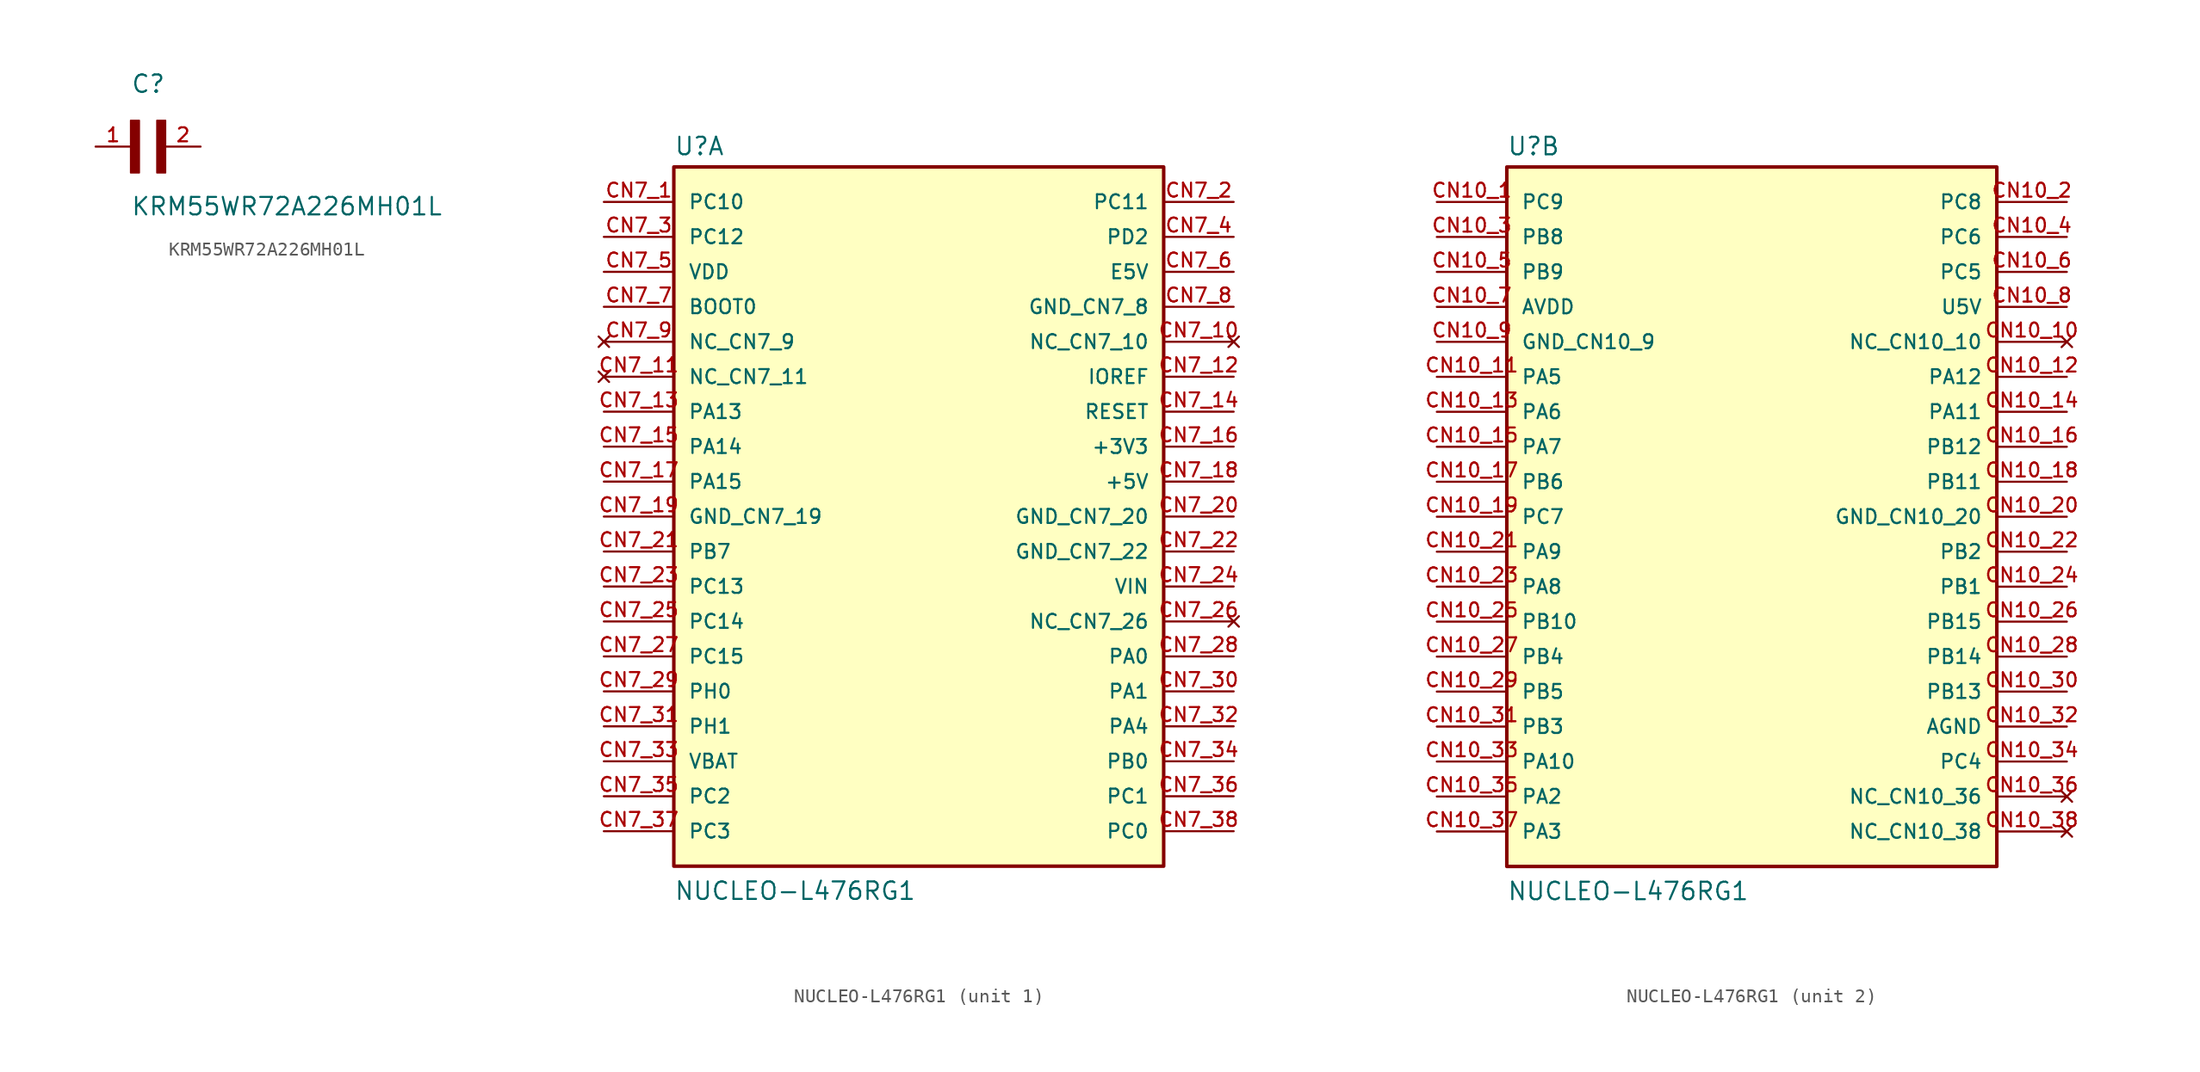
<source format=kicad_sym>
(kicad_symbol_lib
  (version 20241209)
  (generator "kicad_symbol_editor")
  (generator_version "9.0")
  (symbol "KRM55WR72A226MH01L"
    (pin_names
      (offset 1.016))
    (property "Reference" "C"
      (at 0 3.811 0)
      (effects (font (size 1.27 1.27)) (justify left bottom)))
    (property "Value" "KRM55WR72A226MH01L"
      (at 0 -5.088 0)
      (effects (font (size 1.27 1.27)) (justify left bottom)))
    (symbol "KRM55WR72A226MH01L_0_0"
      (rectangle (start 0 -1.907) (end 0.635 1.905) (stroke (width 0.1) (type default)) (fill (type outline)))
      (rectangle (start 1.907 -1.907) (end 2.54 1.905) (stroke (width 0.1) (type default)) (fill (type outline)))
      (pin passive line (at -2.54 0 0) (length 2.54) (name "~" (effects (font (size 1.016 1.016)))) (number "1" (effects (font (size 1.016 1.016)))))
      (pin passive line (at 5.08 0 180) (length 2.54) (name "~" (effects (font (size 1.016 1.016)))) (number "2" (effects (font (size 1.016 1.016)))))))
  (symbol "NUCLEO-L476RG1"
    (pin_names
      (offset 1.016))
    (property "Reference" "U"
      (at -17.78 26.162 0)
      (effects (font (size 1.27 1.27)) (justify left bottom)))
    (property "Value" "NUCLEO-L476RG1"
      (at -17.78 -27.94 0)
      (effects (font (size 1.27 1.27)) (justify left bottom)))
    (symbol "NUCLEO-L476RG1_1_0"
      (rectangle (start -17.78 -25.4) (end 17.78 25.4) (stroke (width 0.254) (type default)) (fill (type background)))
      (pin bidirectional line (at -22.86 22.86 0) (length 5.08) (name "PC10" (effects (font (size 1.016 1.016)))) (number "CN7_1" (effects (font (size 1.016 1.016)))))
      (pin bidirectional line (at -22.86 20.32 0) (length 5.08) (name "PC12" (effects (font (size 1.016 1.016)))) (number "CN7_3" (effects (font (size 1.016 1.016)))))
      (pin power_in line (at -22.86 17.78 0) (length 5.08) (name "VDD" (effects (font (size 1.016 1.016)))) (number "CN7_5" (effects (font (size 1.016 1.016)))))
      (pin input line (at -22.86 15.24 0) (length 5.08) (name "BOOT0" (effects (font (size 1.016 1.016)))) (number "CN7_7" (effects (font (size 1.016 1.016)))))
      (pin no_connect line (at -22.86 12.7 0) (length 5.08) (name "NC_CN7_9" (effects (font (size 1.016 1.016)))) (number "CN7_9" (effects (font (size 1.016 1.016)))))
      (pin no_connect line (at -22.86 10.16 0) (length 5.08) (name "NC_CN7_11" (effects (font (size 1.016 1.016)))) (number "CN7_11" (effects (font (size 1.016 1.016)))))
      (pin bidirectional line (at -22.86 7.62 0) (length 5.08) (name "PA13" (effects (font (size 1.016 1.016)))) (number "CN7_13" (effects (font (size 1.016 1.016)))))
      (pin bidirectional line (at -22.86 5.08 0) (length 5.08) (name "PA14" (effects (font (size 1.016 1.016)))) (number "CN7_15" (effects (font (size 1.016 1.016)))))
      (pin bidirectional line (at -22.86 2.54 0) (length 5.08) (name "PA15" (effects (font (size 1.016 1.016)))) (number "CN7_17" (effects (font (size 1.016 1.016)))))
      (pin power_in line (at -22.86 0 0) (length 5.08) (name "GND_CN7_19" (effects (font (size 1.016 1.016)))) (number "CN7_19" (effects (font (size 1.016 1.016)))))
      (pin bidirectional line (at -22.86 -2.54 0) (length 5.08) (name "PB7" (effects (font (size 1.016 1.016)))) (number "CN7_21" (effects (font (size 1.016 1.016)))))
      (pin bidirectional line (at -22.86 -5.08 0) (length 5.08) (name "PC13" (effects (font (size 1.016 1.016)))) (number "CN7_23" (effects (font (size 1.016 1.016)))))
      (pin bidirectional line (at -22.86 -7.62 0) (length 5.08) (name "PC14" (effects (font (size 1.016 1.016)))) (number "CN7_25" (effects (font (size 1.016 1.016)))))
      (pin bidirectional line (at -22.86 -10.16 0) (length 5.08) (name "PC15" (effects (font (size 1.016 1.016)))) (number "CN7_27" (effects (font (size 1.016 1.016)))))
      (pin bidirectional line (at -22.86 -12.7 0) (length 5.08) (name "PH0" (effects (font (size 1.016 1.016)))) (number "CN7_29" (effects (font (size 1.016 1.016)))))
      (pin bidirectional line (at -22.86 -15.24 0) (length 5.08) (name "PH1" (effects (font (size 1.016 1.016)))) (number "CN7_31" (effects (font (size 1.016 1.016)))))
      (pin power_in line (at -22.86 -17.78 0) (length 5.08) (name "VBAT" (effects (font (size 1.016 1.016)))) (number "CN7_33" (effects (font (size 1.016 1.016)))))
      (pin bidirectional line (at -22.86 -20.32 0) (length 5.08) (name "PC2" (effects (font (size 1.016 1.016)))) (number "CN7_35" (effects (font (size 1.016 1.016)))))
      (pin bidirectional line (at -22.86 -22.86 0) (length 5.08) (name "PC3" (effects (font (size 1.016 1.016)))) (number "CN7_37" (effects (font (size 1.016 1.016)))))
      (pin bidirectional line (at 22.86 22.86 180) (length 5.08) (name "PC11" (effects (font (size 1.016 1.016)))) (number "CN7_2" (effects (font (size 1.016 1.016)))))
      (pin bidirectional line (at 22.86 20.32 180) (length 5.08) (name "PD2" (effects (font (size 1.016 1.016)))) (number "CN7_4" (effects (font (size 1.016 1.016)))))
      (pin power_in line (at 22.86 17.78 180) (length 5.08) (name "E5V" (effects (font (size 1.016 1.016)))) (number "CN7_6" (effects (font (size 1.016 1.016)))))
      (pin power_in line (at 22.86 15.24 180) (length 5.08) (name "GND_CN7_8" (effects (font (size 1.016 1.016)))) (number "CN7_8" (effects (font (size 1.016 1.016)))))
      (pin no_connect line (at 22.86 12.7 180) (length 5.08) (name "NC_CN7_10" (effects (font (size 1.016 1.016)))) (number "CN7_10" (effects (font (size 1.016 1.016)))))
      (pin input line (at 22.86 10.16 180) (length 5.08) (name "IOREF" (effects (font (size 1.016 1.016)))) (number "CN7_12" (effects (font (size 1.016 1.016)))))
      (pin input line (at 22.86 7.62 180) (length 5.08) (name "RESET" (effects (font (size 1.016 1.016)))) (number "CN7_14" (effects (font (size 1.016 1.016)))))
      (pin power_in line (at 22.86 5.08 180) (length 5.08) (name "+3V3" (effects (font (size 1.016 1.016)))) (number "CN7_16" (effects (font (size 1.016 1.016)))))
      (pin power_in line (at 22.86 2.54 180) (length 5.08) (name "+5V" (effects (font (size 1.016 1.016)))) (number "CN7_18" (effects (font (size 1.016 1.016)))))
      (pin power_in line (at 22.86 0 180) (length 5.08) (name "GND_CN7_20" (effects (font (size 1.016 1.016)))) (number "CN7_20" (effects (font (size 1.016 1.016)))))
      (pin power_in line (at 22.86 -2.54 180) (length 5.08) (name "GND_CN7_22" (effects (font (size 1.016 1.016)))) (number "CN7_22" (effects (font (size 1.016 1.016)))))
      (pin power_in line (at 22.86 -5.08 180) (length 5.08) (name "VIN" (effects (font (size 1.016 1.016)))) (number "CN7_24" (effects (font (size 1.016 1.016)))))
      (pin no_connect line (at 22.86 -7.62 180) (length 5.08) (name "NC_CN7_26" (effects (font (size 1.016 1.016)))) (number "CN7_26" (effects (font (size 1.016 1.016)))))
      (pin bidirectional line (at 22.86 -10.16 180) (length 5.08) (name "PA0" (effects (font (size 1.016 1.016)))) (number "CN7_28" (effects (font (size 1.016 1.016)))))
      (pin bidirectional line (at 22.86 -12.7 180) (length 5.08) (name "PA1" (effects (font (size 1.016 1.016)))) (number "CN7_30" (effects (font (size 1.016 1.016)))))
      (pin bidirectional line (at 22.86 -15.24 180) (length 5.08) (name "PA4" (effects (font (size 1.016 1.016)))) (number "CN7_32" (effects (font (size 1.016 1.016)))))
      (pin bidirectional line (at 22.86 -17.78 180) (length 5.08) (name "PB0" (effects (font (size 1.016 1.016)))) (number "CN7_34" (effects (font (size 1.016 1.016)))))
      (pin bidirectional line (at 22.86 -20.32 180) (length 5.08) (name "PC1" (effects (font (size 1.016 1.016)))) (number "CN7_36" (effects (font (size 1.016 1.016)))))
      (pin bidirectional line (at 22.86 -22.86 180) (length 5.08) (name "PC0" (effects (font (size 1.016 1.016)))) (number "CN7_38" (effects (font (size 1.016 1.016))))))
    (symbol "NUCLEO-L476RG1_2_0"
      (rectangle (start -17.78 -25.4) (end 17.78 25.4) (stroke (width 0.254) (type default)) (fill (type background)))
      (pin bidirectional line (at -22.86 22.86 0) (length 5.08) (name "PC9" (effects (font (size 1.016 1.016)))) (number "CN10_1" (effects (font (size 1.016 1.016)))))
      (pin bidirectional line (at -22.86 20.32 0) (length 5.08) (name "PB8" (effects (font (size 1.016 1.016)))) (number "CN10_3" (effects (font (size 1.016 1.016)))))
      (pin bidirectional line (at -22.86 17.78 0) (length 5.08) (name "PB9" (effects (font (size 1.016 1.016)))) (number "CN10_5" (effects (font (size 1.016 1.016)))))
      (pin power_in line (at -22.86 15.24 0) (length 5.08) (name "AVDD" (effects (font (size 1.016 1.016)))) (number "CN10_7" (effects (font (size 1.016 1.016)))))
      (pin power_in line (at -22.86 12.7 0) (length 5.08) (name "GND_CN10_9" (effects (font (size 1.016 1.016)))) (number "CN10_9" (effects (font (size 1.016 1.016)))))
      (pin bidirectional line (at -22.86 10.16 0) (length 5.08) (name "PA5" (effects (font (size 1.016 1.016)))) (number "CN10_11" (effects (font (size 1.016 1.016)))))
      (pin bidirectional line (at -22.86 7.62 0) (length 5.08) (name "PA6" (effects (font (size 1.016 1.016)))) (number "CN10_13" (effects (font (size 1.016 1.016)))))
      (pin bidirectional line (at -22.86 5.08 0) (length 5.08) (name "PA7" (effects (font (size 1.016 1.016)))) (number "CN10_15" (effects (font (size 1.016 1.016)))))
      (pin bidirectional line (at -22.86 2.54 0) (length 5.08) (name "PB6" (effects (font (size 1.016 1.016)))) (number "CN10_17" (effects (font (size 1.016 1.016)))))
      (pin bidirectional line (at -22.86 0 0) (length 5.08) (name "PC7" (effects (font (size 1.016 1.016)))) (number "CN10_19" (effects (font (size 1.016 1.016)))))
      (pin bidirectional line (at -22.86 -2.54 0) (length 5.08) (name "PA9" (effects (font (size 1.016 1.016)))) (number "CN10_21" (effects (font (size 1.016 1.016)))))
      (pin bidirectional line (at -22.86 -5.08 0) (length 5.08) (name "PA8" (effects (font (size 1.016 1.016)))) (number "CN10_23" (effects (font (size 1.016 1.016)))))
      (pin bidirectional line (at -22.86 -7.62 0) (length 5.08) (name "PB10" (effects (font (size 1.016 1.016)))) (number "CN10_25" (effects (font (size 1.016 1.016)))))
      (pin bidirectional line (at -22.86 -10.16 0) (length 5.08) (name "PB4" (effects (font (size 1.016 1.016)))) (number "CN10_27" (effects (font (size 1.016 1.016)))))
      (pin bidirectional line (at -22.86 -12.7 0) (length 5.08) (name "PB5" (effects (font (size 1.016 1.016)))) (number "CN10_29" (effects (font (size 1.016 1.016)))))
      (pin bidirectional line (at -22.86 -15.24 0) (length 5.08) (name "PB3" (effects (font (size 1.016 1.016)))) (number "CN10_31" (effects (font (size 1.016 1.016)))))
      (pin bidirectional line (at -22.86 -17.78 0) (length 5.08) (name "PA10" (effects (font (size 1.016 1.016)))) (number "CN10_33" (effects (font (size 1.016 1.016)))))
      (pin bidirectional line (at -22.86 -20.32 0) (length 5.08) (name "PA2" (effects (font (size 1.016 1.016)))) (number "CN10_35" (effects (font (size 1.016 1.016)))))
      (pin bidirectional line (at -22.86 -22.86 0) (length 5.08) (name "PA3" (effects (font (size 1.016 1.016)))) (number "CN10_37" (effects (font (size 1.016 1.016)))))
      (pin bidirectional line (at 22.86 22.86 180) (length 5.08) (name "PC8" (effects (font (size 1.016 1.016)))) (number "CN10_2" (effects (font (size 1.016 1.016)))))
      (pin bidirectional line (at 22.86 20.32 180) (length 5.08) (name "PC6" (effects (font (size 1.016 1.016)))) (number "CN10_4" (effects (font (size 1.016 1.016)))))
      (pin bidirectional line (at 22.86 17.78 180) (length 5.08) (name "PC5" (effects (font (size 1.016 1.016)))) (number "CN10_6" (effects (font (size 1.016 1.016)))))
      (pin power_in line (at 22.86 15.24 180) (length 5.08) (name "U5V" (effects (font (size 1.016 1.016)))) (number "CN10_8" (effects (font (size 1.016 1.016)))))
      (pin no_connect line (at 22.86 12.7 180) (length 5.08) (name "NC_CN10_10" (effects (font (size 1.016 1.016)))) (number "CN10_10" (effects (font (size 1.016 1.016)))))
      (pin bidirectional line (at 22.86 10.16 180) (length 5.08) (name "PA12" (effects (font (size 1.016 1.016)))) (number "CN10_12" (effects (font (size 1.016 1.016)))))
      (pin bidirectional line (at 22.86 7.62 180) (length 5.08) (name "PA11" (effects (font (size 1.016 1.016)))) (number "CN10_14" (effects (font (size 1.016 1.016)))))
      (pin bidirectional line (at 22.86 5.08 180) (length 5.08) (name "PB12" (effects (font (size 1.016 1.016)))) (number "CN10_16" (effects (font (size 1.016 1.016)))))
      (pin bidirectional line (at 22.86 2.54 180) (length 5.08) (name "PB11" (effects (font (size 1.016 1.016)))) (number "CN10_18" (effects (font (size 1.016 1.016)))))
      (pin power_in line (at 22.86 0 180) (length 5.08) (name "GND_CN10_20" (effects (font (size 1.016 1.016)))) (number "CN10_20" (effects (font (size 1.016 1.016)))))
      (pin bidirectional line (at 22.86 -2.54 180) (length 5.08) (name "PB2" (effects (font (size 1.016 1.016)))) (number "CN10_22" (effects (font (size 1.016 1.016)))))
      (pin bidirectional line (at 22.86 -5.08 180) (length 5.08) (name "PB1" (effects (font (size 1.016 1.016)))) (number "CN10_24" (effects (font (size 1.016 1.016)))))
      (pin bidirectional line (at 22.86 -7.62 180) (length 5.08) (name "PB15" (effects (font (size 1.016 1.016)))) (number "CN10_26" (effects (font (size 1.016 1.016)))))
      (pin bidirectional line (at 22.86 -10.16 180) (length 5.08) (name "PB14" (effects (font (size 1.016 1.016)))) (number "CN10_28" (effects (font (size 1.016 1.016)))))
      (pin bidirectional line (at 22.86 -12.7 180) (length 5.08) (name "PB13" (effects (font (size 1.016 1.016)))) (number "CN10_30" (effects (font (size 1.016 1.016)))))
      (pin power_in line (at 22.86 -15.24 180) (length 5.08) (name "AGND" (effects (font (size 1.016 1.016)))) (number "CN10_32" (effects (font (size 1.016 1.016)))))
      (pin bidirectional line (at 22.86 -17.78 180) (length 5.08) (name "PC4" (effects (font (size 1.016 1.016)))) (number "CN10_34" (effects (font (size 1.016 1.016)))))
      (pin no_connect line (at 22.86 -20.32 180) (length 5.08) (name "NC_CN10_36" (effects (font (size 1.016 1.016)))) (number "CN10_36" (effects (font (size 1.016 1.016)))))
      (pin no_connect line (at 22.86 -22.86 180) (length 5.08) (name "NC_CN10_38" (effects (font (size 1.016 1.016)))) (number "CN10_38" (effects (font (size 1.016 1.016))))))))
</source>
